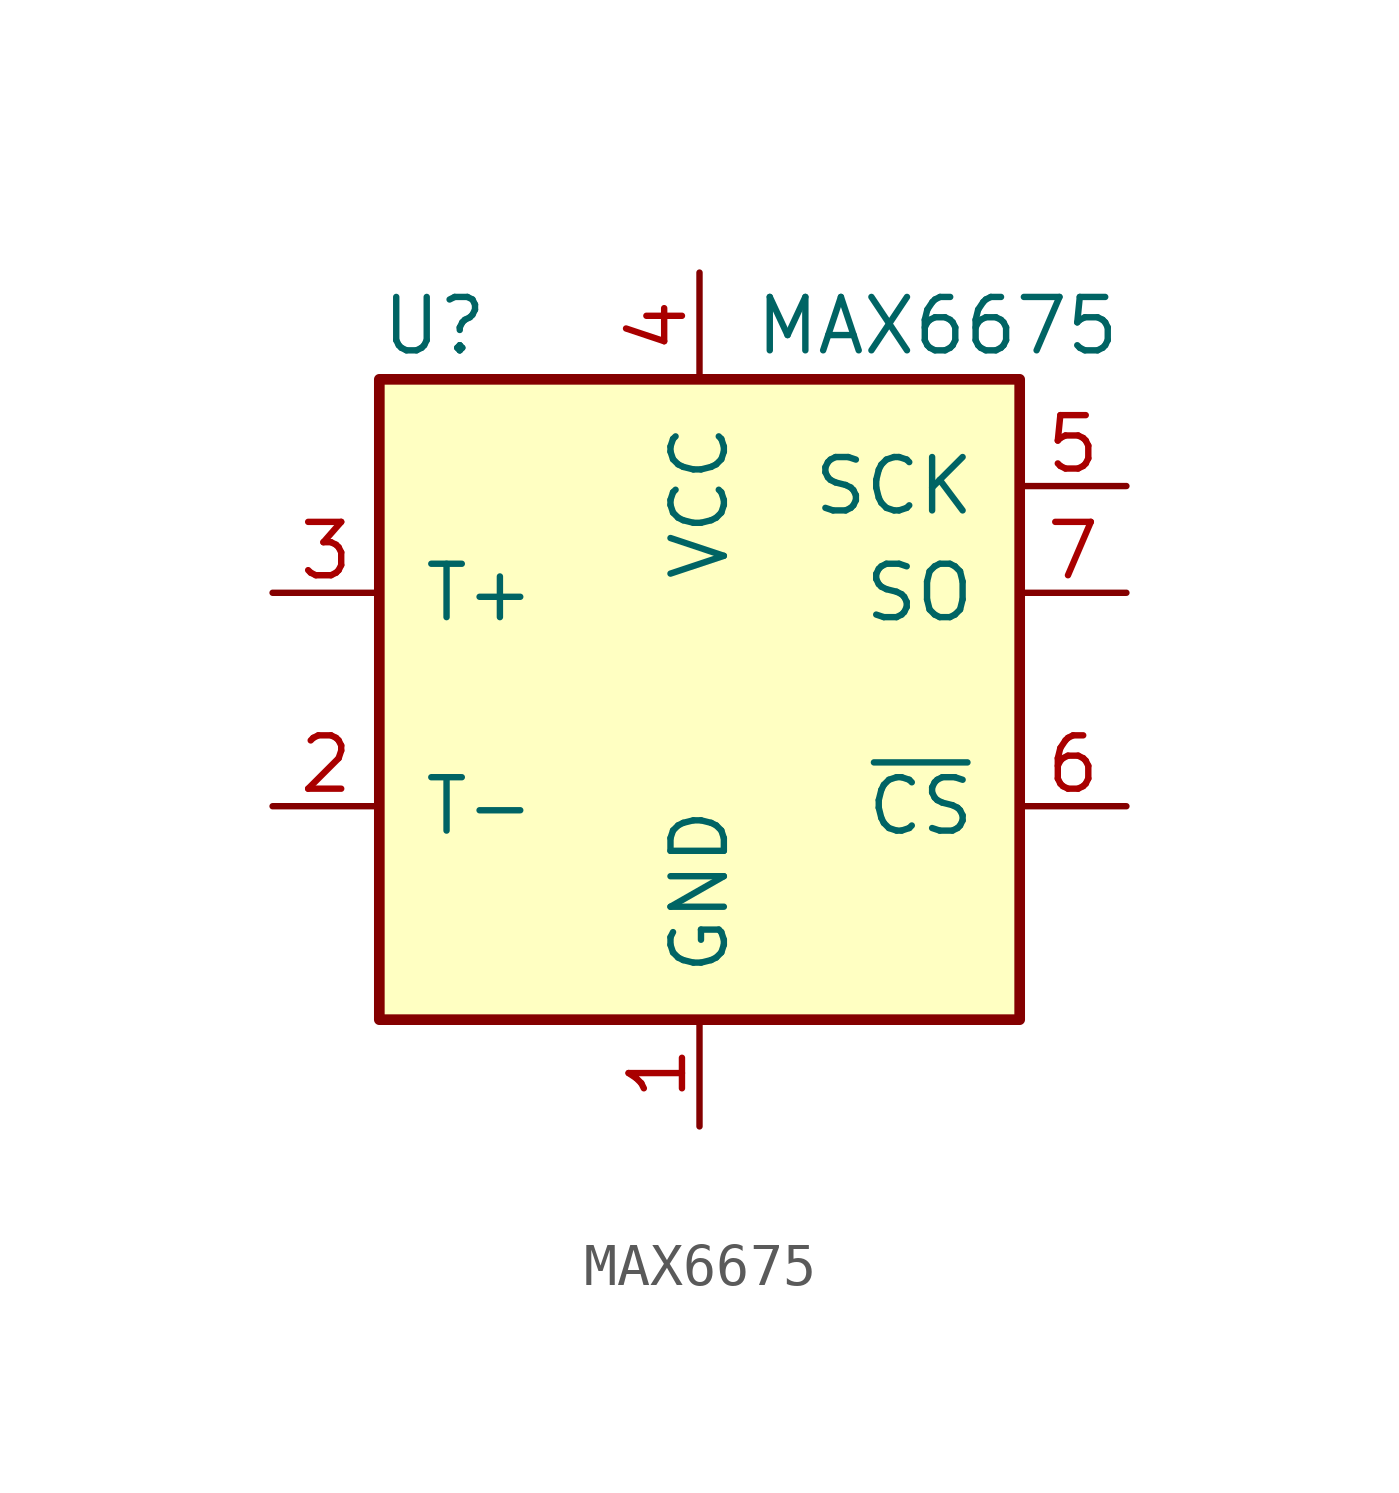
<source format=kicad_sym>
(kicad_symbol_lib
  (version 20211014)
  (generator kicad_symbol_editor)
  (symbol "MAX6675"
    (pin_names
      (offset 1.016))
    (property "Reference" "U"
      (at -7.62 8.89 0)
      (effects (font (size 1.27 1.27)) (justify left)))
    (property "Value" "MAX6675"
      (at 1.27 8.89 0)
      (effects (font (size 1.27 1.27)) (justify left)))
    (symbol "MAX6675_0_1"
      (rectangle (start -7.62 7.62) (end 7.62 -7.62) (stroke (width 0.254) (type default) (color 0 0 0 0)) (fill (type background))))
    (symbol "MAX6675_1_1"
      (pin power_in line (at 0 -10.16 90) (length 2.54) (name "GND" (effects (font (size 1.27 1.27)))) (number "1" (effects (font (size 1.27 1.27)))))
      (pin passive line (at -10.16 -2.54 0) (length 2.54) (name "T-" (effects (font (size 1.27 1.27)))) (number "2" (effects (font (size 1.27 1.27)))))
      (pin passive line (at -10.16 2.54 0) (length 2.54) (name "T+" (effects (font (size 1.27 1.27)))) (number "3" (effects (font (size 1.27 1.27)))))
      (pin power_in line (at 0 10.16 270) (length 2.54) (name "VCC" (effects (font (size 1.27 1.27)))) (number "4" (effects (font (size 1.27 1.27)))))
      (pin input line (at 10.16 5.08 180) (length 2.54) (name "SCK" (effects (font (size 1.27 1.27)))) (number "5" (effects (font (size 1.27 1.27)))))
      (pin input line (at 10.16 -2.54 180) (length 2.54) (name "~{CS}" (effects (font (size 1.27 1.27)))) (number "6" (effects (font (size 1.27 1.27)))))
      (pin tri_state line (at 10.16 2.54 180) (length 2.54) (name "SO" (effects (font (size 1.27 1.27)))) (number "7" (effects (font (size 1.27 1.27))))))))
</source>
